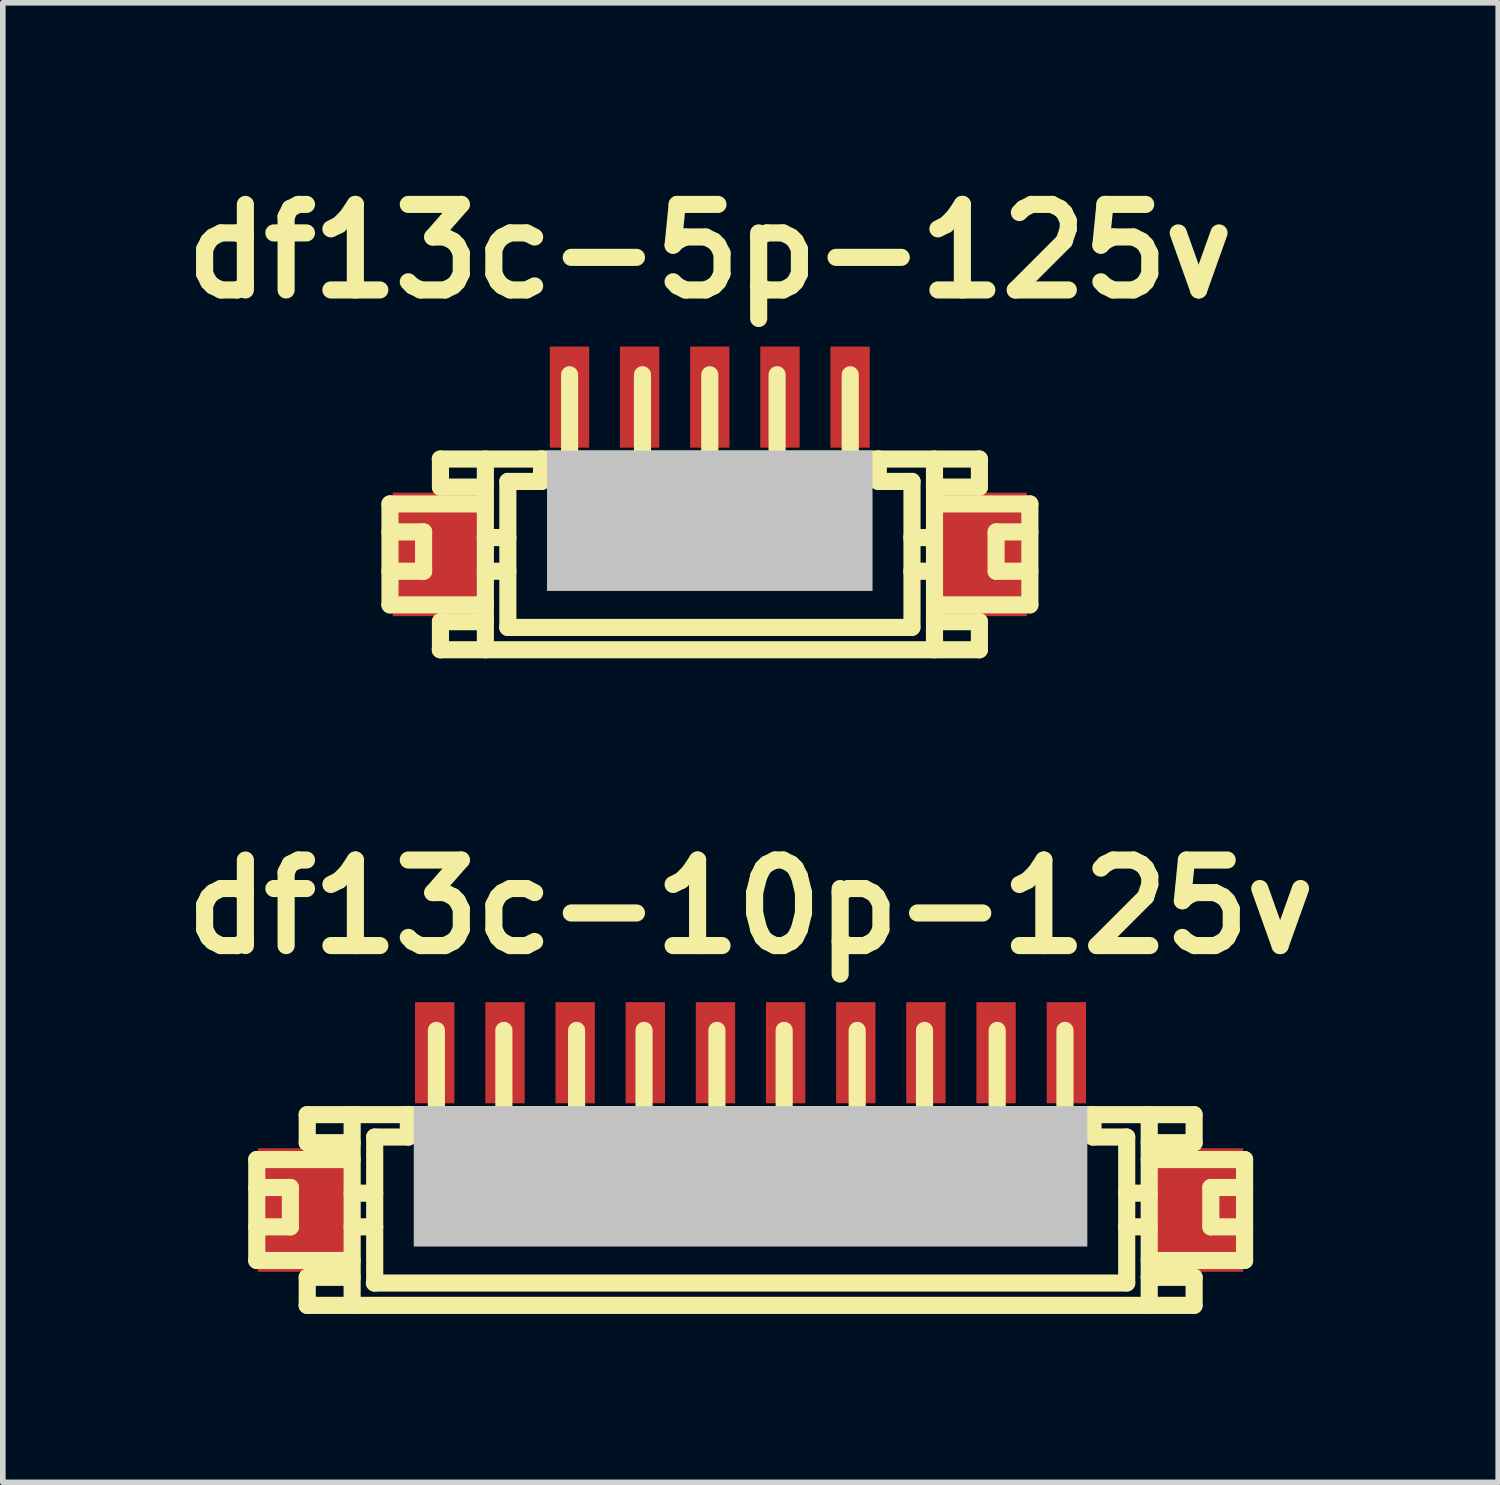
<source format=kicad_pcb>
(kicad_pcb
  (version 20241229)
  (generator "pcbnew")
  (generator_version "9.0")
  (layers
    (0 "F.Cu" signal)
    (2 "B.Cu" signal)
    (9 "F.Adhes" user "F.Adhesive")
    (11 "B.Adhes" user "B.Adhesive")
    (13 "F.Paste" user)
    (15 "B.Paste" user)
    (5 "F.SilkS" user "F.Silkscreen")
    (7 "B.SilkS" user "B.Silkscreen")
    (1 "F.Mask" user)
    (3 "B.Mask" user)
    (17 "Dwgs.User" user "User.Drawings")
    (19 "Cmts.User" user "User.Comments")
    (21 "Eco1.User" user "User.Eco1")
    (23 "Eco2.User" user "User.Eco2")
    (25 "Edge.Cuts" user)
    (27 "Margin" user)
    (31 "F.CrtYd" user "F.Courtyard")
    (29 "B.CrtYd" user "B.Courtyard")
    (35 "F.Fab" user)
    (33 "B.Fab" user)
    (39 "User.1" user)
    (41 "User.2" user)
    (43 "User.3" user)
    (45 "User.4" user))
  (footprint "df13c-5p-125v"
    (layer "F.Cu")
    (at 9.594 6.026)
    (property "Reference" "df13c-5p-125v" (at 0 -4.6 0) (layer "F.SilkS") (effects (font (size 1.524 1.524) (thickness 0.305))))
    (attr through_hole)
    (fp_line (start -5.697 -0.099) (end -3.998 -0.099) (stroke (width 0.305) (type solid)) (layer "F.SilkS"))
    (fp_line (start -5.697 0.399) (end -5.098 0.399) (stroke (width 0.305) (type solid)) (layer "F.SilkS"))
    (fp_line (start -5.697 1.699) (end -5.697 -0.099) (stroke (width 0.305) (type solid)) (layer "F.SilkS"))
    (fp_line (start -5.697 1.699) (end -3.998 1.699) (stroke (width 0.305) (type solid)) (layer "F.SilkS"))
    (fp_line (start -5.098 0.399) (end -5.098 1.1) (stroke (width 0.305) (type solid)) (layer "F.SilkS"))
    (fp_line (start -5.098 1.1) (end -5.697 1.1) (stroke (width 0.305) (type solid)) (layer "F.SilkS"))
    (fp_line (start -4.801 -0.899) (end 4.801 -0.899) (stroke (width 0.305) (type solid)) (layer "F.SilkS"))
    (fp_line (start -4.798 -0.399) (end -4.798 -0.899) (stroke (width 0.305) (type solid)) (layer "F.SilkS"))
    (fp_line (start -4.798 2.499) (end -4.798 1.999) (stroke (width 0.305) (type solid)) (layer "F.SilkS"))
    (fp_line (start -3.998 -0.899) (end -3.998 2.499) (stroke (width 0.305) (type solid)) (layer "F.SilkS"))
    (fp_line (start -3.998 -0.399) (end -4.798 -0.399) (stroke (width 0.305) (type solid)) (layer "F.SilkS"))
    (fp_line (start -3.998 0.5) (end -3.597 0.5) (stroke (width 0.305) (type solid)) (layer "F.SilkS"))
    (fp_line (start -3.998 1.1) (end -3.597 1.1) (stroke (width 0.305) (type solid)) (layer "F.SilkS"))
    (fp_line (start -3.998 1.999) (end -4.798 1.999) (stroke (width 0.305) (type solid)) (layer "F.SilkS"))
    (fp_line (start -3.597 -0.5) (end -2.997 -0.5) (stroke (width 0.305) (type solid)) (layer "F.SilkS"))
    (fp_line (start -3.597 2.101) (end -3.597 -0.5) (stroke (width 0.305) (type solid)) (layer "F.SilkS"))
    (fp_line (start -2.997 -0.902) (end -2.997 -0.5) (stroke (width 0.305) (type solid)) (layer "F.SilkS"))
    (fp_line (start -2.598 0.998) (end -2.598 1.199) (stroke (width 0.305) (type solid)) (layer "F.SilkS"))
    (fp_line (start -2.598 1.199) (end -2.398 1.199) (stroke (width 0.305) (type solid)) (layer "F.SilkS"))
    (fp_line (start -2.497 -0.902) (end -2.497 -2.4) (stroke (width 0.305) (type solid)) (layer "F.SilkS"))
    (fp_line (start -2.398 0.998) (end -2.598 0.998) (stroke (width 0.305) (type solid)) (layer "F.SilkS"))
    (fp_line (start -2.398 1.199) (end -2.398 0.998) (stroke (width 0.305) (type solid)) (layer "F.SilkS"))
    (fp_line (start -1.298 1.001) (end -1.1 1.001) (stroke (width 0.305) (type solid)) (layer "F.SilkS"))
    (fp_line (start -1.298 1.199) (end -1.298 1.001) (stroke (width 0.305) (type solid)) (layer "F.SilkS"))
    (fp_line (start -1.199 -0.899) (end -1.199 -2.4) (stroke (width 0.305) (type solid)) (layer "F.SilkS"))
    (fp_line (start -1.1 1.001) (end -1.1 1.199) (stroke (width 0.305) (type solid)) (layer "F.SilkS"))
    (fp_line (start -1.1 1.199) (end -1.298 1.199) (stroke (width 0.305) (type solid)) (layer "F.SilkS"))
    (fp_line (start -0.099 1.001) (end 0.099 1.001) (stroke (width 0.305) (type solid)) (layer "F.SilkS"))
    (fp_line (start -0.099 1.199) (end -0.099 1.001) (stroke (width 0.305) (type solid)) (layer "F.SilkS"))
    (fp_line (start 0 -2.4) (end 0 -0.899) (stroke (width 0.305) (type solid)) (layer "F.SilkS"))
    (fp_line (start 0.099 1.001) (end 0.099 1.199) (stroke (width 0.305) (type solid)) (layer "F.SilkS"))
    (fp_line (start 0.099 1.199) (end -0.099 1.199) (stroke (width 0.305) (type solid)) (layer "F.SilkS"))
    (fp_line (start 1.1 1.001) (end 1.298 1.001) (stroke (width 0.305) (type solid)) (layer "F.SilkS"))
    (fp_line (start 1.1 1.199) (end 1.1 1.001) (stroke (width 0.305) (type solid)) (layer "F.SilkS"))
    (fp_line (start 1.199 -0.899) (end 1.199 -2.4) (stroke (width 0.305) (type solid)) (layer "F.SilkS"))
    (fp_line (start 1.298 1.001) (end 1.298 1.199) (stroke (width 0.305) (type solid)) (layer "F.SilkS"))
    (fp_line (start 1.298 1.199) (end 1.1 1.199) (stroke (width 0.305) (type solid)) (layer "F.SilkS"))
    (fp_line (start 2.403 0.998) (end 2.603 0.998) (stroke (width 0.305) (type solid)) (layer "F.SilkS"))
    (fp_line (start 2.403 1.199) (end 2.403 0.998) (stroke (width 0.305) (type solid)) (layer "F.SilkS"))
    (fp_line (start 2.502 -0.902) (end 2.502 -2.4) (stroke (width 0.305) (type solid)) (layer "F.SilkS"))
    (fp_line (start 2.603 0.998) (end 2.603 1.199) (stroke (width 0.305) (type solid)) (layer "F.SilkS"))
    (fp_line (start 2.603 1.199) (end 2.403 1.199) (stroke (width 0.305) (type solid)) (layer "F.SilkS"))
    (fp_line (start 3.002 -0.5) (end 3.002 -0.902) (stroke (width 0.305) (type solid)) (layer "F.SilkS"))
    (fp_line (start 3.599 1.1) (end 4 1.1) (stroke (width 0.305) (type solid)) (layer "F.SilkS"))
    (fp_line (start 3.599 2.101) (end -3.599 2.101) (stroke (width 0.305) (type solid)) (layer "F.SilkS"))
    (fp_line (start 3.602 -0.5) (end 3.002 -0.5) (stroke (width 0.305) (type solid)) (layer "F.SilkS"))
    (fp_line (start 3.602 2.098) (end 3.602 -0.5) (stroke (width 0.305) (type solid)) (layer "F.SilkS"))
    (fp_line (start 4 0.5) (end 3.599 0.5) (stroke (width 0.305) (type solid)) (layer "F.SilkS"))
    (fp_line (start 4.003 -0.899) (end 4.003 2.499) (stroke (width 0.305) (type solid)) (layer "F.SilkS"))
    (fp_line (start 4.801 2.499) (end -4.801 2.499) (stroke (width 0.305) (type solid)) (layer "F.SilkS"))
    (fp_line (start 4.803 -0.399) (end 4.003 -0.399) (stroke (width 0.305) (type solid)) (layer "F.SilkS"))
    (fp_line (start 4.803 -0.399) (end 4.803 -0.899) (stroke (width 0.305) (type solid)) (layer "F.SilkS"))
    (fp_line (start 4.803 1.999) (end 4.003 1.999) (stroke (width 0.305) (type solid)) (layer "F.SilkS"))
    (fp_line (start 4.803 2.499) (end 4.803 1.999) (stroke (width 0.305) (type solid)) (layer "F.SilkS"))
    (fp_line (start 5.1 0.399) (end 5.1 1.1) (stroke (width 0.305) (type solid)) (layer "F.SilkS"))
    (fp_line (start 5.103 0.399) (end 5.702 0.399) (stroke (width 0.305) (type solid)) (layer "F.SilkS"))
    (fp_line (start 5.103 1.1) (end 5.702 1.1) (stroke (width 0.305) (type solid)) (layer "F.SilkS"))
    (fp_line (start 5.702 -0.099) (end 4.003 -0.099) (stroke (width 0.305) (type solid)) (layer "F.SilkS"))
    (fp_line (start 5.702 -0.099) (end 5.702 1.699) (stroke (width 0.305) (type solid)) (layer "F.SilkS"))
    (fp_line (start 5.702 1.699) (end 4.003 1.699) (stroke (width 0.305) (type solid)) (layer "F.SilkS"))
    (pad "" smd rect (at -4.849 0.8) (size 1.6 2.2) (layers "F.Cu" "F.Mask" "F.Paste"))
    (pad "" smd rect (at 0 0.201) (size 5.799 2.499) (layers "Dwgs.User"))
    (pad "" smd rect (at 4.849 0.8) (size 1.6 2.2) (layers "F.Cu" "F.Mask" "F.Paste"))
    (pad "1" smd rect (at -2.499 -2.002) (size 0.701 1.801) (layers "F.Cu" "F.Mask" "F.Paste"))
    (pad "2" smd rect (at -1.25 -2.002) (size 0.701 1.801) (layers "F.Cu" "F.Mask" "F.Paste"))
    (pad "3" smd rect (at 0 -2.002) (size 0.701 1.801) (layers "F.Cu" "F.Mask" "F.Paste"))
    (pad "4" smd rect (at 1.25 -2.002) (size 0.701 1.801) (layers "F.Cu" "F.Mask" "F.Paste"))
    (pad "5" smd rect (at 2.499 -2.002) (size 0.701 1.801) (layers "F.Cu" "F.Mask" "F.Paste")))
  (footprint "df13c-10p-125v"
    (layer "F.Cu")
    (at 10.32 17.705)
    (property "Reference" "df13c-10p-125v" (at 0 -4.6 0) (layer "F.SilkS") (effects (font (size 1.524 1.524) (thickness 0.305))))
    (attr through_hole)
    (fp_line (start -8.796 -0.099) (end -7.097 -0.099) (stroke (width 0.305) (type solid)) (layer "F.SilkS"))
    (fp_line (start -8.796 0.399) (end -8.197 0.399) (stroke (width 0.305) (type solid)) (layer "F.SilkS"))
    (fp_line (start -8.796 1.699) (end -8.796 -0.099) (stroke (width 0.305) (type solid)) (layer "F.SilkS"))
    (fp_line (start -8.796 1.699) (end -7.097 1.699) (stroke (width 0.305) (type solid)) (layer "F.SilkS"))
    (fp_line (start -8.197 0.399) (end -8.197 1.1) (stroke (width 0.305) (type solid)) (layer "F.SilkS"))
    (fp_line (start -8.197 1.1) (end -8.796 1.1) (stroke (width 0.305) (type solid)) (layer "F.SilkS"))
    (fp_line (start -7.899 -0.899) (end 7.899 -0.899) (stroke (width 0.305) (type solid)) (layer "F.SilkS"))
    (fp_line (start -7.899 2.499) (end 7.899 2.499) (stroke (width 0.305) (type solid)) (layer "F.SilkS"))
    (fp_line (start -7.897 -0.399) (end -7.897 -0.899) (stroke (width 0.305) (type solid)) (layer "F.SilkS"))
    (fp_line (start -7.897 2.499) (end -7.897 1.999) (stroke (width 0.305) (type solid)) (layer "F.SilkS"))
    (fp_line (start -7.097 -0.899) (end -7.097 2.499) (stroke (width 0.305) (type solid)) (layer "F.SilkS"))
    (fp_line (start -7.097 -0.399) (end -7.897 -0.399) (stroke (width 0.305) (type solid)) (layer "F.SilkS"))
    (fp_line (start -7.097 0.5) (end -6.695 0.5) (stroke (width 0.305) (type solid)) (layer "F.SilkS"))
    (fp_line (start -7.097 1.1) (end -6.695 1.1) (stroke (width 0.305) (type solid)) (layer "F.SilkS"))
    (fp_line (start -7.097 1.999) (end -7.897 1.999) (stroke (width 0.305) (type solid)) (layer "F.SilkS"))
    (fp_line (start -6.695 -0.5) (end -6.096 -0.5) (stroke (width 0.305) (type solid)) (layer "F.SilkS"))
    (fp_line (start -6.695 2.101) (end -6.695 -0.5) (stroke (width 0.305) (type solid)) (layer "F.SilkS"))
    (fp_line (start -6.096 -0.902) (end -6.096 -0.5) (stroke (width 0.305) (type solid)) (layer "F.SilkS"))
    (fp_line (start -5.697 0.998) (end -5.697 1.199) (stroke (width 0.305) (type solid)) (layer "F.SilkS"))
    (fp_line (start -5.697 1.199) (end -5.497 1.199) (stroke (width 0.305) (type solid)) (layer "F.SilkS"))
    (fp_line (start -5.596 -0.902) (end -5.596 -2.4) (stroke (width 0.305) (type solid)) (layer "F.SilkS"))
    (fp_line (start -5.497 0.998) (end -5.697 0.998) (stroke (width 0.305) (type solid)) (layer "F.SilkS"))
    (fp_line (start -5.497 1.199) (end -5.497 0.998) (stroke (width 0.305) (type solid)) (layer "F.SilkS"))
    (fp_line (start -4.501 1.001) (end -4.303 1.001) (stroke (width 0.305) (type solid)) (layer "F.SilkS"))
    (fp_line (start -4.501 1.199) (end -4.501 1.001) (stroke (width 0.305) (type solid)) (layer "F.SilkS"))
    (fp_line (start -4.394 -0.899) (end -4.394 -2.4) (stroke (width 0.305) (type solid)) (layer "F.SilkS"))
    (fp_line (start -4.303 1.001) (end -4.303 1.199) (stroke (width 0.305) (type solid)) (layer "F.SilkS"))
    (fp_line (start -4.303 1.199) (end -4.501 1.199) (stroke (width 0.305) (type solid)) (layer "F.SilkS"))
    (fp_line (start -3.198 1.001) (end -3 1.001) (stroke (width 0.305) (type solid)) (layer "F.SilkS"))
    (fp_line (start -3.198 1.199) (end -3.198 1.001) (stroke (width 0.305) (type solid)) (layer "F.SilkS"))
    (fp_line (start -3.099 -2.4) (end -3.099 -0.899) (stroke (width 0.305) (type solid)) (layer "F.SilkS"))
    (fp_line (start -3 1.001) (end -3 1.199) (stroke (width 0.305) (type solid)) (layer "F.SilkS"))
    (fp_line (start -3 1.199) (end -3.198 1.199) (stroke (width 0.305) (type solid)) (layer "F.SilkS"))
    (fp_line (start -1.999 1.001) (end -1.801 1.001) (stroke (width 0.305) (type solid)) (layer "F.SilkS"))
    (fp_line (start -1.999 1.199) (end -1.999 1.001) (stroke (width 0.305) (type solid)) (layer "F.SilkS"))
    (fp_line (start -1.897 -0.899) (end -1.897 -2.4) (stroke (width 0.305) (type solid)) (layer "F.SilkS"))
    (fp_line (start -1.801 1.001) (end -1.801 1.199) (stroke (width 0.305) (type solid)) (layer "F.SilkS"))
    (fp_line (start -1.801 1.199) (end -1.999 1.199) (stroke (width 0.305) (type solid)) (layer "F.SilkS"))
    (fp_line (start -0.699 1.001) (end -0.5 1.001) (stroke (width 0.305) (type solid)) (layer "F.SilkS"))
    (fp_line (start -0.699 1.199) (end -0.699 1.001) (stroke (width 0.305) (type solid)) (layer "F.SilkS"))
    (fp_line (start -0.599 -0.899) (end -0.599 -2.4) (stroke (width 0.305) (type solid)) (layer "F.SilkS"))
    (fp_line (start -0.5 1.001) (end -0.5 1.199) (stroke (width 0.305) (type solid)) (layer "F.SilkS"))
    (fp_line (start -0.5 1.199) (end -0.699 1.199) (stroke (width 0.305) (type solid)) (layer "F.SilkS"))
    (fp_line (start 0.503 1.001) (end 0.701 1.001) (stroke (width 0.305) (type solid)) (layer "F.SilkS"))
    (fp_line (start 0.503 1.199) (end 0.503 1.001) (stroke (width 0.305) (type solid)) (layer "F.SilkS"))
    (fp_line (start 0.599 -2.4) (end 0.599 -0.899) (stroke (width 0.305) (type solid)) (layer "F.SilkS"))
    (fp_line (start 0.701 1.001) (end 0.701 1.199) (stroke (width 0.305) (type solid)) (layer "F.SilkS"))
    (fp_line (start 0.701 1.199) (end 0.503 1.199) (stroke (width 0.305) (type solid)) (layer "F.SilkS"))
    (fp_line (start 1.798 1.001) (end 1.999 1.001) (stroke (width 0.305) (type solid)) (layer "F.SilkS"))
    (fp_line (start 1.798 1.199) (end 1.798 1.001) (stroke (width 0.305) (type solid)) (layer "F.SilkS"))
    (fp_line (start 1.9 -2.4) (end 1.9 -0.899) (stroke (width 0.305) (type solid)) (layer "F.SilkS"))
    (fp_line (start 1.999 1.001) (end 1.999 1.199) (stroke (width 0.305) (type solid)) (layer "F.SilkS"))
    (fp_line (start 1.999 1.199) (end 1.798 1.199) (stroke (width 0.305) (type solid)) (layer "F.SilkS"))
    (fp_line (start 2.997 1.001) (end 3.195 1.001) (stroke (width 0.305) (type solid)) (layer "F.SilkS"))
    (fp_line (start 2.997 1.199) (end 2.997 1.001) (stroke (width 0.305) (type solid)) (layer "F.SilkS"))
    (fp_line (start 3.099 -0.899) (end 3.099 -2.4) (stroke (width 0.305) (type solid)) (layer "F.SilkS"))
    (fp_line (start 3.195 1.001) (end 3.195 1.199) (stroke (width 0.305) (type solid)) (layer "F.SilkS"))
    (fp_line (start 3.195 1.199) (end 2.997 1.199) (stroke (width 0.305) (type solid)) (layer "F.SilkS"))
    (fp_line (start 4.3 0.998) (end 4.501 0.998) (stroke (width 0.305) (type solid)) (layer "F.SilkS"))
    (fp_line (start 4.3 1.199) (end 4.3 0.998) (stroke (width 0.305) (type solid)) (layer "F.SilkS"))
    (fp_line (start 4.394 -0.899) (end 4.394 -2.4) (stroke (width 0.305) (type solid)) (layer "F.SilkS"))
    (fp_line (start 4.501 0.998) (end 4.501 1.199) (stroke (width 0.305) (type solid)) (layer "F.SilkS"))
    (fp_line (start 4.501 1.199) (end 4.3 1.199) (stroke (width 0.305) (type solid)) (layer "F.SilkS"))
    (fp_line (start 5.502 1.001) (end 5.702 1.001) (stroke (width 0.305) (type solid)) (layer "F.SilkS"))
    (fp_line (start 5.502 1.199) (end 5.502 1.001) (stroke (width 0.305) (type solid)) (layer "F.SilkS"))
    (fp_line (start 5.601 -0.902) (end 5.601 -2.4) (stroke (width 0.305) (type solid)) (layer "F.SilkS"))
    (fp_line (start 5.702 1.001) (end 5.702 1.199) (stroke (width 0.305) (type solid)) (layer "F.SilkS"))
    (fp_line (start 5.702 1.199) (end 5.502 1.199) (stroke (width 0.305) (type solid)) (layer "F.SilkS"))
    (fp_line (start 6.101 -0.5) (end 6.101 -0.902) (stroke (width 0.305) (type solid)) (layer "F.SilkS"))
    (fp_line (start 6.698 1.1) (end 7.099 1.1) (stroke (width 0.305) (type solid)) (layer "F.SilkS"))
    (fp_line (start 6.701 -0.5) (end 6.101 -0.5) (stroke (width 0.305) (type solid)) (layer "F.SilkS"))
    (fp_line (start 6.701 2.098) (end 6.701 -0.5) (stroke (width 0.305) (type solid)) (layer "F.SilkS"))
    (fp_line (start 6.701 2.101) (end -6.701 2.101) (stroke (width 0.305) (type solid)) (layer "F.SilkS"))
    (fp_line (start 7.099 0.5) (end 6.698 0.5) (stroke (width 0.305) (type solid)) (layer "F.SilkS"))
    (fp_line (start 7.102 -0.899) (end 7.102 2.499) (stroke (width 0.305) (type solid)) (layer "F.SilkS"))
    (fp_line (start 7.902 -0.399) (end 7.102 -0.399) (stroke (width 0.305) (type solid)) (layer "F.SilkS"))
    (fp_line (start 7.902 -0.399) (end 7.902 -0.899) (stroke (width 0.305) (type solid)) (layer "F.SilkS"))
    (fp_line (start 7.902 1.999) (end 7.102 1.999) (stroke (width 0.305) (type solid)) (layer "F.SilkS"))
    (fp_line (start 7.902 2.499) (end 7.902 1.999) (stroke (width 0.305) (type solid)) (layer "F.SilkS"))
    (fp_line (start 8.199 0.399) (end 8.199 1.1) (stroke (width 0.305) (type solid)) (layer "F.SilkS"))
    (fp_line (start 8.202 0.399) (end 8.801 0.399) (stroke (width 0.305) (type solid)) (layer "F.SilkS"))
    (fp_line (start 8.202 1.1) (end 8.801 1.1) (stroke (width 0.305) (type solid)) (layer "F.SilkS"))
    (fp_line (start 8.801 -0.099) (end 7.102 -0.099) (stroke (width 0.305) (type solid)) (layer "F.SilkS"))
    (fp_line (start 8.801 -0.099) (end 8.801 1.699) (stroke (width 0.305) (type solid)) (layer "F.SilkS"))
    (fp_line (start 8.801 1.699) (end 7.102 1.699) (stroke (width 0.305) (type solid)) (layer "F.SilkS"))
    (pad "" smd rect (at -7.976 0.8) (size 1.6 2.2) (layers "F.Cu" "F.Mask" "F.Paste"))
    (pad "" smd rect (at 0 0.201) (size 11.999 2.499) (layers "Dwgs.User"))
    (pad "" smd rect (at 7.976 0.8) (size 1.6 2.2) (layers "F.Cu" "F.Mask" "F.Paste"))
    (pad "1" smd rect (at -5.626 -2.002) (size 0.701 1.801) (layers "F.Cu" "F.Mask" "F.Paste"))
    (pad "2" smd rect (at -4.374 -2.002) (size 0.701 1.801) (layers "F.Cu" "F.Mask" "F.Paste"))
    (pad "3" smd rect (at -3.124 -2.002) (size 0.701 1.801) (layers "F.Cu" "F.Mask" "F.Paste"))
    (pad "4" smd rect (at -1.875 -2.002) (size 0.701 1.801) (layers "F.Cu" "F.Mask" "F.Paste"))
    (pad "5" smd rect (at -0.625 -2.002) (size 0.701 1.801) (layers "F.Cu" "F.Mask" "F.Paste"))
    (pad "6" smd rect (at 0.625 -2.002) (size 0.701 1.801) (layers "F.Cu" "F.Mask" "F.Paste"))
    (pad "7" smd rect (at 1.875 -2.002) (size 0.701 1.801) (layers "F.Cu" "F.Mask" "F.Paste"))
    (pad "8" smd rect (at 3.124 -2.002) (size 0.701 1.801) (layers "F.Cu" "F.Mask" "F.Paste"))
    (pad "9" smd rect (at 4.374 -2.002) (size 0.701 1.801) (layers "F.Cu" "F.Mask" "F.Paste"))
    (pad "10" smd rect (at 5.626 -2.002) (size 0.701 1.801) (layers "F.Cu" "F.Mask" "F.Paste")))
  (gr_rect
    (start -3 -3)
    (end 23.639 23.356)
    (stroke (width 0.1) (type default))
    (fill no)
    (layer "Edge.Cuts")))
</source>
